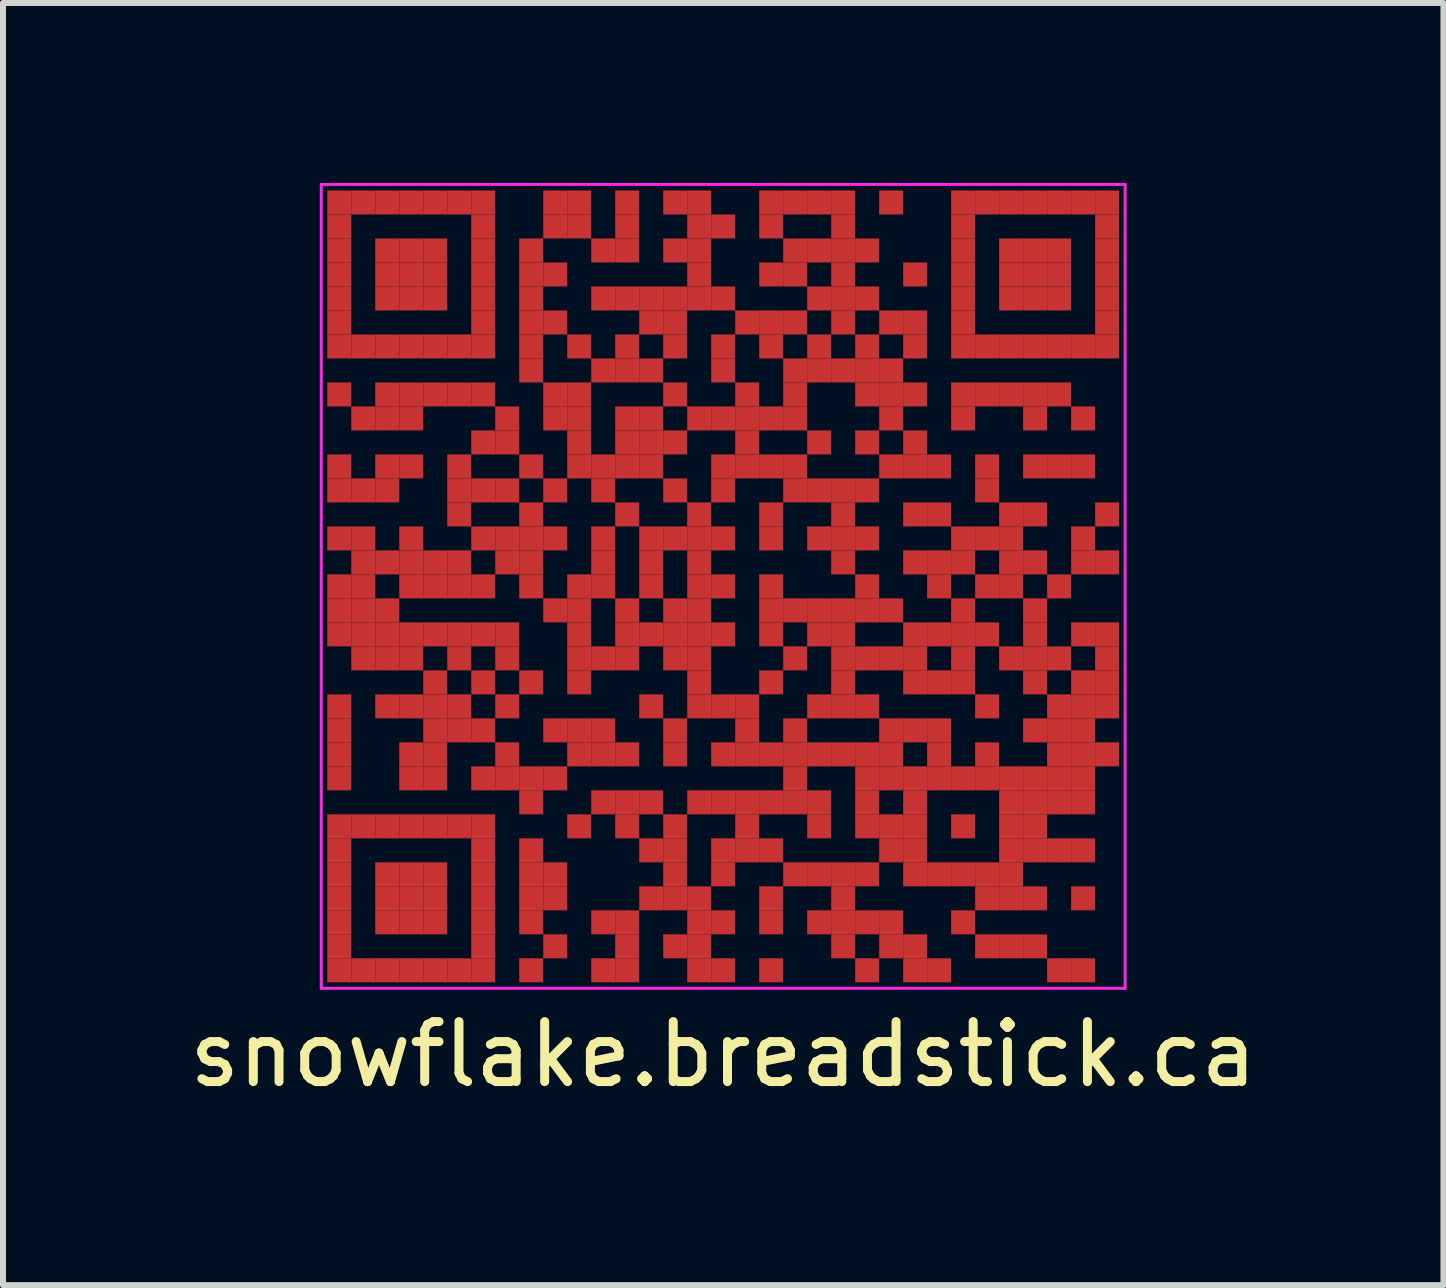
<source format=kicad_pcb>
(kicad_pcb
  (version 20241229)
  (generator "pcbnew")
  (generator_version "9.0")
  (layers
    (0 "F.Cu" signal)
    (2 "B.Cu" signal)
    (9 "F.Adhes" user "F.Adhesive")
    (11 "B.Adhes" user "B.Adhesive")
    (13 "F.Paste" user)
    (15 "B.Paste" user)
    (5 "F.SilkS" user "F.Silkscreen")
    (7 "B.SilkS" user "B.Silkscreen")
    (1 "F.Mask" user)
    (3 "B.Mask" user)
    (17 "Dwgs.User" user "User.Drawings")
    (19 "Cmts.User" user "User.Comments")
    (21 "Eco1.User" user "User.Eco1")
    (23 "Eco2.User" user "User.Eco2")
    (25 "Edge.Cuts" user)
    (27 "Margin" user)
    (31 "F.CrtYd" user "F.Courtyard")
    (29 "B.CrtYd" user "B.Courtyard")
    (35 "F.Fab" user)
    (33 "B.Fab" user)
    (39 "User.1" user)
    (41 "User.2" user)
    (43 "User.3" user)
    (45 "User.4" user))
  (footprint "snowflake.breadstick.ca"
    (layer "F.Cu")
    (at 9.006 6.725)
    (property "Reference" "snowflake.breadstick.ca" (at 0 7.8 0) (layer "F.SilkS") (effects (font (size 1 1) (thickness 0.15))))
    (attr through_hole)
    (fp_poly (pts (xy 6.65 6.65) (xy 6.65 -6.65) (xy -6.65 -6.65) (xy -6.65 6.65)) (stroke (width 0) (type solid)) (fill yes) (layer "F.Mask"))
    (fp_line (start -6.7 -6.7) (end 6.7 -6.7) (stroke (width 0.05) (type solid)) (layer "F.CrtYd"))
    (fp_line (start -6.7 6.7) (end -6.7 -6.7) (stroke (width 0.05) (type solid)) (layer "F.CrtYd"))
    (fp_line (start 6.7 -6.7) (end 6.7 6.7) (stroke (width 0.05) (type solid)) (layer "F.CrtYd"))
    (fp_line (start 6.7 6.7) (end -6.7 6.7) (stroke (width 0.05) (type solid)) (layer "F.CrtYd"))
    (pad "" smd rect (at -6.4 -6.4) (size 0.4 0.4) (layers "F.Cu"))
    (pad "" smd rect (at -6.4 -6) (size 0.4 0.4) (layers "F.Cu"))
    (pad "" smd rect (at -6.4 -5.6) (size 0.4 0.4) (layers "F.Cu"))
    (pad "" smd rect (at -6.4 -5.2) (size 0.4 0.4) (layers "F.Cu"))
    (pad "" smd rect (at -6.4 -4.8) (size 0.4 0.4) (layers "F.Cu"))
    (pad "" smd rect (at -6.4 -4.4) (size 0.4 0.4) (layers "F.Cu"))
    (pad "" smd rect (at -6.4 -4) (size 0.4 0.4) (layers "F.Cu"))
    (pad "" smd rect (at -6.4 -3.2) (size 0.4 0.4) (layers "F.Cu"))
    (pad "" smd rect (at -6.4 -2) (size 0.4 0.4) (layers "F.Cu"))
    (pad "" smd rect (at -6.4 -1.6) (size 0.4 0.4) (layers "F.Cu"))
    (pad "" smd rect (at -6.4 -0.8) (size 0.4 0.4) (layers "F.Cu"))
    (pad "" smd rect (at -6.4 0) (size 0.4 0.4) (layers "F.Cu"))
    (pad "" smd rect (at -6.4 0.4) (size 0.4 0.4) (layers "F.Cu"))
    (pad "" smd rect (at -6.4 0.8) (size 0.4 0.4) (layers "F.Cu"))
    (pad "" smd rect (at -6.4 2) (size 0.4 0.4) (layers "F.Cu"))
    (pad "" smd rect (at -6.4 2.4) (size 0.4 0.4) (layers "F.Cu"))
    (pad "" smd rect (at -6.4 2.8) (size 0.4 0.4) (layers "F.Cu"))
    (pad "" smd rect (at -6.4 3.2) (size 0.4 0.4) (layers "F.Cu"))
    (pad "" smd rect (at -6.4 4) (size 0.4 0.4) (layers "F.Cu"))
    (pad "" smd rect (at -6.4 4.4) (size 0.4 0.4) (layers "F.Cu"))
    (pad "" smd rect (at -6.4 4.8) (size 0.4 0.4) (layers "F.Cu"))
    (pad "" smd rect (at -6.4 5.2) (size 0.4 0.4) (layers "F.Cu"))
    (pad "" smd rect (at -6.4 5.6) (size 0.4 0.4) (layers "F.Cu"))
    (pad "" smd rect (at -6.4 6) (size 0.4 0.4) (layers "F.Cu"))
    (pad "" smd rect (at -6.4 6.4) (size 0.4 0.4) (layers "F.Cu"))
    (pad "" smd rect (at -6 -6.4) (size 0.4 0.4) (layers "F.Cu"))
    (pad "" smd rect (at -6 -4) (size 0.4 0.4) (layers "F.Cu"))
    (pad "" smd rect (at -6 -2.8) (size 0.4 0.4) (layers "F.Cu"))
    (pad "" smd rect (at -6 -1.6) (size 0.4 0.4) (layers "F.Cu"))
    (pad "" smd rect (at -6 -0.8) (size 0.4 0.4) (layers "F.Cu"))
    (pad "" smd rect (at -6 -0.4) (size 0.4 0.4) (layers "F.Cu"))
    (pad "" smd rect (at -6 0) (size 0.4 0.4) (layers "F.Cu"))
    (pad "" smd rect (at -6 0.4) (size 0.4 0.4) (layers "F.Cu"))
    (pad "" smd rect (at -6 0.8) (size 0.4 0.4) (layers "F.Cu"))
    (pad "" smd rect (at -6 1.2) (size 0.4 0.4) (layers "F.Cu"))
    (pad "" smd rect (at -6 4) (size 0.4 0.4) (layers "F.Cu"))
    (pad "" smd rect (at -6 6.4) (size 0.4 0.4) (layers "F.Cu"))
    (pad "" smd rect (at -5.6 -6.4) (size 0.4 0.4) (layers "F.Cu"))
    (pad "" smd rect (at -5.6 -5.6) (size 0.4 0.4) (layers "F.Cu"))
    (pad "" smd rect (at -5.6 -5.2) (size 0.4 0.4) (layers "F.Cu"))
    (pad "" smd rect (at -5.6 -4.8) (size 0.4 0.4) (layers "F.Cu"))
    (pad "" smd rect (at -5.6 -4) (size 0.4 0.4) (layers "F.Cu"))
    (pad "" smd rect (at -5.6 -3.2) (size 0.4 0.4) (layers "F.Cu"))
    (pad "" smd rect (at -5.6 -2.8) (size 0.4 0.4) (layers "F.Cu"))
    (pad "" smd rect (at -5.6 -2) (size 0.4 0.4) (layers "F.Cu"))
    (pad "" smd rect (at -5.6 -1.6) (size 0.4 0.4) (layers "F.Cu"))
    (pad "" smd rect (at -5.6 -0.4) (size 0.4 0.4) (layers "F.Cu"))
    (pad "" smd rect (at -5.6 0.4) (size 0.4 0.4) (layers "F.Cu"))
    (pad "" smd rect (at -5.6 0.8) (size 0.4 0.4) (layers "F.Cu"))
    (pad "" smd rect (at -5.6 1.2) (size 0.4 0.4) (layers "F.Cu"))
    (pad "" smd rect (at -5.6 2) (size 0.4 0.4) (layers "F.Cu"))
    (pad "" smd rect (at -5.6 4) (size 0.4 0.4) (layers "F.Cu"))
    (pad "" smd rect (at -5.6 4.8) (size 0.4 0.4) (layers "F.Cu"))
    (pad "" smd rect (at -5.6 5.2) (size 0.4 0.4) (layers "F.Cu"))
    (pad "" smd rect (at -5.6 5.6) (size 0.4 0.4) (layers "F.Cu"))
    (pad "" smd rect (at -5.6 6.4) (size 0.4 0.4) (layers "F.Cu"))
    (pad "" smd rect (at -5.2 -6.4) (size 0.4 0.4) (layers "F.Cu"))
    (pad "" smd rect (at -5.2 -5.6) (size 0.4 0.4) (layers "F.Cu"))
    (pad "" smd rect (at -5.2 -5.2) (size 0.4 0.4) (layers "F.Cu"))
    (pad "" smd rect (at -5.2 -4.8) (size 0.4 0.4) (layers "F.Cu"))
    (pad "" smd rect (at -5.2 -4) (size 0.4 0.4) (layers "F.Cu"))
    (pad "" smd rect (at -5.2 -3.2) (size 0.4 0.4) (layers "F.Cu"))
    (pad "" smd rect (at -5.2 -2.8) (size 0.4 0.4) (layers "F.Cu"))
    (pad "" smd rect (at -5.2 -2) (size 0.4 0.4) (layers "F.Cu"))
    (pad "" smd rect (at -5.2 -0.8) (size 0.4 0.4) (layers "F.Cu"))
    (pad "" smd rect (at -5.2 -0.4) (size 0.4 0.4) (layers "F.Cu"))
    (pad "" smd rect (at -5.2 0) (size 0.4 0.4) (layers "F.Cu"))
    (pad "" smd rect (at -5.2 0.8) (size 0.4 0.4) (layers "F.Cu"))
    (pad "" smd rect (at -5.2 1.2) (size 0.4 0.4) (layers "F.Cu"))
    (pad "" smd rect (at -5.2 2) (size 0.4 0.4) (layers "F.Cu"))
    (pad "" smd rect (at -5.2 2.8) (size 0.4 0.4) (layers "F.Cu"))
    (pad "" smd rect (at -5.2 3.2) (size 0.4 0.4) (layers "F.Cu"))
    (pad "" smd rect (at -5.2 4) (size 0.4 0.4) (layers "F.Cu"))
    (pad "" smd rect (at -5.2 4.8) (size 0.4 0.4) (layers "F.Cu"))
    (pad "" smd rect (at -5.2 5.2) (size 0.4 0.4) (layers "F.Cu"))
    (pad "" smd rect (at -5.2 5.6) (size 0.4 0.4) (layers "F.Cu"))
    (pad "" smd rect (at -5.2 6.4) (size 0.4 0.4) (layers "F.Cu"))
    (pad "" smd rect (at -4.8 -6.4) (size 0.4 0.4) (layers "F.Cu"))
    (pad "" smd rect (at -4.8 -5.6) (size 0.4 0.4) (layers "F.Cu"))
    (pad "" smd rect (at -4.8 -5.2) (size 0.4 0.4) (layers "F.Cu"))
    (pad "" smd rect (at -4.8 -4.8) (size 0.4 0.4) (layers "F.Cu"))
    (pad "" smd rect (at -4.8 -4) (size 0.4 0.4) (layers "F.Cu"))
    (pad "" smd rect (at -4.8 -3.2) (size 0.4 0.4) (layers "F.Cu"))
    (pad "" smd rect (at -4.8 -0.4) (size 0.4 0.4) (layers "F.Cu"))
    (pad "" smd rect (at -4.8 0) (size 0.4 0.4) (layers "F.Cu"))
    (pad "" smd rect (at -4.8 0.8) (size 0.4 0.4) (layers "F.Cu"))
    (pad "" smd rect (at -4.8 1.6) (size 0.4 0.4) (layers "F.Cu"))
    (pad "" smd rect (at -4.8 2) (size 0.4 0.4) (layers "F.Cu"))
    (pad "" smd rect (at -4.8 2.4) (size 0.4 0.4) (layers "F.Cu"))
    (pad "" smd rect (at -4.8 2.8) (size 0.4 0.4) (layers "F.Cu"))
    (pad "" smd rect (at -4.8 3.2) (size 0.4 0.4) (layers "F.Cu"))
    (pad "" smd rect (at -4.8 4) (size 0.4 0.4) (layers "F.Cu"))
    (pad "" smd rect (at -4.8 4.8) (size 0.4 0.4) (layers "F.Cu"))
    (pad "" smd rect (at -4.8 5.2) (size 0.4 0.4) (layers "F.Cu"))
    (pad "" smd rect (at -4.8 5.6) (size 0.4 0.4) (layers "F.Cu"))
    (pad "" smd rect (at -4.8 6.4) (size 0.4 0.4) (layers "F.Cu"))
    (pad "" smd rect (at -4.4 -6.4) (size 0.4 0.4) (layers "F.Cu"))
    (pad "" smd rect (at -4.4 -4) (size 0.4 0.4) (layers "F.Cu"))
    (pad "" smd rect (at -4.4 -3.2) (size 0.4 0.4) (layers "F.Cu"))
    (pad "" smd rect (at -4.4 -2) (size 0.4 0.4) (layers "F.Cu"))
    (pad "" smd rect (at -4.4 -1.6) (size 0.4 0.4) (layers "F.Cu"))
    (pad "" smd rect (at -4.4 -1.2) (size 0.4 0.4) (layers "F.Cu"))
    (pad "" smd rect (at -4.4 -0.4) (size 0.4 0.4) (layers "F.Cu"))
    (pad "" smd rect (at -4.4 0) (size 0.4 0.4) (layers "F.Cu"))
    (pad "" smd rect (at -4.4 0.8) (size 0.4 0.4) (layers "F.Cu"))
    (pad "" smd rect (at -4.4 1.2) (size 0.4 0.4) (layers "F.Cu"))
    (pad "" smd rect (at -4.4 2) (size 0.4 0.4) (layers "F.Cu"))
    (pad "" smd rect (at -4.4 2.4) (size 0.4 0.4) (layers "F.Cu"))
    (pad "" smd rect (at -4.4 4) (size 0.4 0.4) (layers "F.Cu"))
    (pad "" smd rect (at -4.4 6.4) (size 0.4 0.4) (layers "F.Cu"))
    (pad "" smd rect (at -4 -6.4) (size 0.4 0.4) (layers "F.Cu"))
    (pad "" smd rect (at -4 -6) (size 0.4 0.4) (layers "F.Cu"))
    (pad "" smd rect (at -4 -5.6) (size 0.4 0.4) (layers "F.Cu"))
    (pad "" smd rect (at -4 -5.2) (size 0.4 0.4) (layers "F.Cu"))
    (pad "" smd rect (at -4 -4.8) (size 0.4 0.4) (layers "F.Cu"))
    (pad "" smd rect (at -4 -4.4) (size 0.4 0.4) (layers "F.Cu"))
    (pad "" smd rect (at -4 -4) (size 0.4 0.4) (layers "F.Cu"))
    (pad "" smd rect (at -4 -3.2) (size 0.4 0.4) (layers "F.Cu"))
    (pad "" smd rect (at -4 -2.4) (size 0.4 0.4) (layers "F.Cu"))
    (pad "" smd rect (at -4 -1.6) (size 0.4 0.4) (layers "F.Cu"))
    (pad "" smd rect (at -4 -0.8) (size 0.4 0.4) (layers "F.Cu"))
    (pad "" smd rect (at -4 0) (size 0.4 0.4) (layers "F.Cu"))
    (pad "" smd rect (at -4 0.8) (size 0.4 0.4) (layers "F.Cu"))
    (pad "" smd rect (at -4 1.6) (size 0.4 0.4) (layers "F.Cu"))
    (pad "" smd rect (at -4 2.4) (size 0.4 0.4) (layers "F.Cu"))
    (pad "" smd rect (at -4 3.2) (size 0.4 0.4) (layers "F.Cu"))
    (pad "" smd rect (at -4 4) (size 0.4 0.4) (layers "F.Cu"))
    (pad "" smd rect (at -4 4.4) (size 0.4 0.4) (layers "F.Cu"))
    (pad "" smd rect (at -4 4.8) (size 0.4 0.4) (layers "F.Cu"))
    (pad "" smd rect (at -4 5.2) (size 0.4 0.4) (layers "F.Cu"))
    (pad "" smd rect (at -4 5.6) (size 0.4 0.4) (layers "F.Cu"))
    (pad "" smd rect (at -4 6) (size 0.4 0.4) (layers "F.Cu"))
    (pad "" smd rect (at -4 6.4) (size 0.4 0.4) (layers "F.Cu"))
    (pad "" smd rect (at -3.6 -2.8) (size 0.4 0.4) (layers "F.Cu"))
    (pad "" smd rect (at -3.6 -2.4) (size 0.4 0.4) (layers "F.Cu"))
    (pad "" smd rect (at -3.6 -1.6) (size 0.4 0.4) (layers "F.Cu"))
    (pad "" smd rect (at -3.6 -0.8) (size 0.4 0.4) (layers "F.Cu"))
    (pad "" smd rect (at -3.6 -0.4) (size 0.4 0.4) (layers "F.Cu"))
    (pad "" smd rect (at -3.6 0.8) (size 0.4 0.4) (layers "F.Cu"))
    (pad "" smd rect (at -3.6 1.2) (size 0.4 0.4) (layers "F.Cu"))
    (pad "" smd rect (at -3.6 2) (size 0.4 0.4) (layers "F.Cu"))
    (pad "" smd rect (at -3.6 2.8) (size 0.4 0.4) (layers "F.Cu"))
    (pad "" smd rect (at -3.6 3.2) (size 0.4 0.4) (layers "F.Cu"))
    (pad "" smd rect (at -3.2 -5.6) (size 0.4 0.4) (layers "F.Cu"))
    (pad "" smd rect (at -3.2 -5.2) (size 0.4 0.4) (layers "F.Cu"))
    (pad "" smd rect (at -3.2 -4.8) (size 0.4 0.4) (layers "F.Cu"))
    (pad "" smd rect (at -3.2 -4.4) (size 0.4 0.4) (layers "F.Cu"))
    (pad "" smd rect (at -3.2 -4) (size 0.4 0.4) (layers "F.Cu"))
    (pad "" smd rect (at -3.2 -3.6) (size 0.4 0.4) (layers "F.Cu"))
    (pad "" smd rect (at -3.2 -2) (size 0.4 0.4) (layers "F.Cu"))
    (pad "" smd rect (at -3.2 -1.2) (size 0.4 0.4) (layers "F.Cu"))
    (pad "" smd rect (at -3.2 -0.8) (size 0.4 0.4) (layers "F.Cu"))
    (pad "" smd rect (at -3.2 -0.4) (size 0.4 0.4) (layers "F.Cu"))
    (pad "" smd rect (at -3.2 0) (size 0.4 0.4) (layers "F.Cu"))
    (pad "" smd rect (at -3.2 1.6) (size 0.4 0.4) (layers "F.Cu"))
    (pad "" smd rect (at -3.2 3.2) (size 0.4 0.4) (layers "F.Cu"))
    (pad "" smd rect (at -3.2 3.6) (size 0.4 0.4) (layers "F.Cu"))
    (pad "" smd rect (at -3.2 4.4) (size 0.4 0.4) (layers "F.Cu"))
    (pad "" smd rect (at -3.2 4.8) (size 0.4 0.4) (layers "F.Cu"))
    (pad "" smd rect (at -3.2 5.2) (size 0.4 0.4) (layers "F.Cu"))
    (pad "" smd rect (at -3.2 5.6) (size 0.4 0.4) (layers "F.Cu"))
    (pad "" smd rect (at -3.2 6.4) (size 0.4 0.4) (layers "F.Cu"))
    (pad "" smd rect (at -2.8 -6.4) (size 0.4 0.4) (layers "F.Cu"))
    (pad "" smd rect (at -2.8 -6) (size 0.4 0.4) (layers "F.Cu"))
    (pad "" smd rect (at -2.8 -5.2) (size 0.4 0.4) (layers "F.Cu"))
    (pad "" smd rect (at -2.8 -4.4) (size 0.4 0.4) (layers "F.Cu"))
    (pad "" smd rect (at -2.8 -3.2) (size 0.4 0.4) (layers "F.Cu"))
    (pad "" smd rect (at -2.8 -2.8) (size 0.4 0.4) (layers "F.Cu"))
    (pad "" smd rect (at -2.8 -1.6) (size 0.4 0.4) (layers "F.Cu"))
    (pad "" smd rect (at -2.8 -0.8) (size 0.4 0.4) (layers "F.Cu"))
    (pad "" smd rect (at -2.8 0.4) (size 0.4 0.4) (layers "F.Cu"))
    (pad "" smd rect (at -2.8 2.4) (size 0.4 0.4) (layers "F.Cu"))
    (pad "" smd rect (at -2.8 3.2) (size 0.4 0.4) (layers "F.Cu"))
    (pad "" smd rect (at -2.8 4.8) (size 0.4 0.4) (layers "F.Cu"))
    (pad "" smd rect (at -2.8 5.2) (size 0.4 0.4) (layers "F.Cu"))
    (pad "" smd rect (at -2.8 6) (size 0.4 0.4) (layers "F.Cu"))
    (pad "" smd rect (at -2.4 -6.4) (size 0.4 0.4) (layers "F.Cu"))
    (pad "" smd rect (at -2.4 -6) (size 0.4 0.4) (layers "F.Cu"))
    (pad "" smd rect (at -2.4 -4) (size 0.4 0.4) (layers "F.Cu"))
    (pad "" smd rect (at -2.4 -3.2) (size 0.4 0.4) (layers "F.Cu"))
    (pad "" smd rect (at -2.4 -2.8) (size 0.4 0.4) (layers "F.Cu"))
    (pad "" smd rect (at -2.4 -2.4) (size 0.4 0.4) (layers "F.Cu"))
    (pad "" smd rect (at -2.4 -2) (size 0.4 0.4) (layers "F.Cu"))
    (pad "" smd rect (at -2.4 0) (size 0.4 0.4) (layers "F.Cu"))
    (pad "" smd rect (at -2.4 0.4) (size 0.4 0.4) (layers "F.Cu"))
    (pad "" smd rect (at -2.4 0.8) (size 0.4 0.4) (layers "F.Cu"))
    (pad "" smd rect (at -2.4 1.2) (size 0.4 0.4) (layers "F.Cu"))
    (pad "" smd rect (at -2.4 1.6) (size 0.4 0.4) (layers "F.Cu"))
    (pad "" smd rect (at -2.4 2.4) (size 0.4 0.4) (layers "F.Cu"))
    (pad "" smd rect (at -2.4 2.8) (size 0.4 0.4) (layers "F.Cu"))
    (pad "" smd rect (at -2.4 4) (size 0.4 0.4) (layers "F.Cu"))
    (pad "" smd rect (at -2 -5.6) (size 0.4 0.4) (layers "F.Cu"))
    (pad "" smd rect (at -2 -4.8) (size 0.4 0.4) (layers "F.Cu"))
    (pad "" smd rect (at -2 -3.6) (size 0.4 0.4) (layers "F.Cu"))
    (pad "" smd rect (at -2 -2) (size 0.4 0.4) (layers "F.Cu"))
    (pad "" smd rect (at -2 -1.6) (size 0.4 0.4) (layers "F.Cu"))
    (pad "" smd rect (at -2 -0.8) (size 0.4 0.4) (layers "F.Cu"))
    (pad "" smd rect (at -2 -0.4) (size 0.4 0.4) (layers "F.Cu"))
    (pad "" smd rect (at -2 0) (size 0.4 0.4) (layers "F.Cu"))
    (pad "" smd rect (at -2 1.2) (size 0.4 0.4) (layers "F.Cu"))
    (pad "" smd rect (at -2 2.4) (size 0.4 0.4) (layers "F.Cu"))
    (pad "" smd rect (at -2 2.8) (size 0.4 0.4) (layers "F.Cu"))
    (pad "" smd rect (at -2 3.6) (size 0.4 0.4) (layers "F.Cu"))
    (pad "" smd rect (at -2 5.6) (size 0.4 0.4) (layers "F.Cu"))
    (pad "" smd rect (at -2 6.4) (size 0.4 0.4) (layers "F.Cu"))
    (pad "" smd rect (at -1.6 -6.4) (size 0.4 0.4) (layers "F.Cu"))
    (pad "" smd rect (at -1.6 -6) (size 0.4 0.4) (layers "F.Cu"))
    (pad "" smd rect (at -1.6 -5.6) (size 0.4 0.4) (layers "F.Cu"))
    (pad "" smd rect (at -1.6 -4.8) (size 0.4 0.4) (layers "F.Cu"))
    (pad "" smd rect (at -1.6 -4) (size 0.4 0.4) (layers "F.Cu"))
    (pad "" smd rect (at -1.6 -3.6) (size 0.4 0.4) (layers "F.Cu"))
    (pad "" smd rect (at -1.6 -2.8) (size 0.4 0.4) (layers "F.Cu"))
    (pad "" smd rect (at -1.6 -2.4) (size 0.4 0.4) (layers "F.Cu"))
    (pad "" smd rect (at -1.6 -2) (size 0.4 0.4) (layers "F.Cu"))
    (pad "" smd rect (at -1.6 -1.2) (size 0.4 0.4) (layers "F.Cu"))
    (pad "" smd rect (at -1.6 0.4) (size 0.4 0.4) (layers "F.Cu"))
    (pad "" smd rect (at -1.6 0.8) (size 0.4 0.4) (layers "F.Cu"))
    (pad "" smd rect (at -1.6 1.2) (size 0.4 0.4) (layers "F.Cu"))
    (pad "" smd rect (at -1.6 2.8) (size 0.4 0.4) (layers "F.Cu"))
    (pad "" smd rect (at -1.6 3.6) (size 0.4 0.4) (layers "F.Cu"))
    (pad "" smd rect (at -1.6 4) (size 0.4 0.4) (layers "F.Cu"))
    (pad "" smd rect (at -1.6 5.6) (size 0.4 0.4) (layers "F.Cu"))
    (pad "" smd rect (at -1.6 6) (size 0.4 0.4) (layers "F.Cu"))
    (pad "" smd rect (at -1.6 6.4) (size 0.4 0.4) (layers "F.Cu"))
    (pad "" smd rect (at -1.2 -4.8) (size 0.4 0.4) (layers "F.Cu"))
    (pad "" smd rect (at -1.2 -4.4) (size 0.4 0.4) (layers "F.Cu"))
    (pad "" smd rect (at -1.2 -3.6) (size 0.4 0.4) (layers "F.Cu"))
    (pad "" smd rect (at -1.2 -2.8) (size 0.4 0.4) (layers "F.Cu"))
    (pad "" smd rect (at -1.2 -2.4) (size 0.4 0.4) (layers "F.Cu"))
    (pad "" smd rect (at -1.2 -2) (size 0.4 0.4) (layers "F.Cu"))
    (pad "" smd rect (at -1.2 -0.8) (size 0.4 0.4) (layers "F.Cu"))
    (pad "" smd rect (at -1.2 -0.4) (size 0.4 0.4) (layers "F.Cu"))
    (pad "" smd rect (at -1.2 0) (size 0.4 0.4) (layers "F.Cu"))
    (pad "" smd rect (at -1.2 0.8) (size 0.4 0.4) (layers "F.Cu"))
    (pad "" smd rect (at -1.2 2) (size 0.4 0.4) (layers "F.Cu"))
    (pad "" smd rect (at -1.2 3.6) (size 0.4 0.4) (layers "F.Cu"))
    (pad "" smd rect (at -1.2 4.4) (size 0.4 0.4) (layers "F.Cu"))
    (pad "" smd rect (at -1.2 5.2) (size 0.4 0.4) (layers "F.Cu"))
    (pad "" smd rect (at -0.8 -6.4) (size 0.4 0.4) (layers "F.Cu"))
    (pad "" smd rect (at -0.8 -5.6) (size 0.4 0.4) (layers "F.Cu"))
    (pad "" smd rect (at -0.8 -4.8) (size 0.4 0.4) (layers "F.Cu"))
    (pad "" smd rect (at -0.8 -4.4) (size 0.4 0.4) (layers "F.Cu"))
    (pad "" smd rect (at -0.8 -4) (size 0.4 0.4) (layers "F.Cu"))
    (pad "" smd rect (at -0.8 -3.2) (size 0.4 0.4) (layers "F.Cu"))
    (pad "" smd rect (at -0.8 -2.4) (size 0.4 0.4) (layers "F.Cu"))
    (pad "" smd rect (at -0.8 -1.6) (size 0.4 0.4) (layers "F.Cu"))
    (pad "" smd rect (at -0.8 -0.8) (size 0.4 0.4) (layers "F.Cu"))
    (pad "" smd rect (at -0.8 0.4) (size 0.4 0.4) (layers "F.Cu"))
    (pad "" smd rect (at -0.8 0.8) (size 0.4 0.4) (layers "F.Cu"))
    (pad "" smd rect (at -0.8 1.2) (size 0.4 0.4) (layers "F.Cu"))
    (pad "" smd rect (at -0.8 2.4) (size 0.4 0.4) (layers "F.Cu"))
    (pad "" smd rect (at -0.8 2.8) (size 0.4 0.4) (layers "F.Cu"))
    (pad "" smd rect (at -0.8 4) (size 0.4 0.4) (layers "F.Cu"))
    (pad "" smd rect (at -0.8 4.4) (size 0.4 0.4) (layers "F.Cu"))
    (pad "" smd rect (at -0.8 4.8) (size 0.4 0.4) (layers "F.Cu"))
    (pad "" smd rect (at -0.8 5.2) (size 0.4 0.4) (layers "F.Cu"))
    (pad "" smd rect (at -0.8 6) (size 0.4 0.4) (layers "F.Cu"))
    (pad "" smd rect (at -0.4 -6.4) (size 0.4 0.4) (layers "F.Cu"))
    (pad "" smd rect (at -0.4 -6) (size 0.4 0.4) (layers "F.Cu"))
    (pad "" smd rect (at -0.4 -5.6) (size 0.4 0.4) (layers "F.Cu"))
    (pad "" smd rect (at -0.4 -5.2) (size 0.4 0.4) (layers "F.Cu"))
    (pad "" smd rect (at -0.4 -4.8) (size 0.4 0.4) (layers "F.Cu"))
    (pad "" smd rect (at -0.4 -2.8) (size 0.4 0.4) (layers "F.Cu"))
    (pad "" smd rect (at -0.4 -1.2) (size 0.4 0.4) (layers "F.Cu"))
    (pad "" smd rect (at -0.4 -0.8) (size 0.4 0.4) (layers "F.Cu"))
    (pad "" smd rect (at -0.4 -0.4) (size 0.4 0.4) (layers "F.Cu"))
    (pad "" smd rect (at -0.4 0) (size 0.4 0.4) (layers "F.Cu"))
    (pad "" smd rect (at -0.4 0.4) (size 0.4 0.4) (layers "F.Cu"))
    (pad "" smd rect (at -0.4 0.8) (size 0.4 0.4) (layers "F.Cu"))
    (pad "" smd rect (at -0.4 1.2) (size 0.4 0.4) (layers "F.Cu"))
    (pad "" smd rect (at -0.4 1.6) (size 0.4 0.4) (layers "F.Cu"))
    (pad "" smd rect (at -0.4 2) (size 0.4 0.4) (layers "F.Cu"))
    (pad "" smd rect (at -0.4 3.6) (size 0.4 0.4) (layers "F.Cu"))
    (pad "" smd rect (at -0.4 5.2) (size 0.4 0.4) (layers "F.Cu"))
    (pad "" smd rect (at -0.4 5.6) (size 0.4 0.4) (layers "F.Cu"))
    (pad "" smd rect (at -0.4 6) (size 0.4 0.4) (layers "F.Cu"))
    (pad "" smd rect (at -0.4 6.4) (size 0.4 0.4) (layers "F.Cu"))
    (pad "" smd rect (at 0 -6) (size 0.4 0.4) (layers "F.Cu"))
    (pad "" smd rect (at 0 -4.8) (size 0.4 0.4) (layers "F.Cu"))
    (pad "" smd rect (at 0 -4) (size 0.4 0.4) (layers "F.Cu"))
    (pad "" smd rect (at 0 -3.6) (size 0.4 0.4) (layers "F.Cu"))
    (pad "" smd rect (at 0 -2.8) (size 0.4 0.4) (layers "F.Cu"))
    (pad "" smd rect (at 0 -2) (size 0.4 0.4) (layers "F.Cu"))
    (pad "" smd rect (at 0 -1.6) (size 0.4 0.4) (layers "F.Cu"))
    (pad "" smd rect (at 0 -0.8) (size 0.4 0.4) (layers "F.Cu"))
    (pad "" smd rect (at 0 0) (size 0.4 0.4) (layers "F.Cu"))
    (pad "" smd rect (at 0 0.8) (size 0.4 0.4) (layers "F.Cu"))
    (pad "" smd rect (at 0 2) (size 0.4 0.4) (layers "F.Cu"))
    (pad "" smd rect (at 0 2.8) (size 0.4 0.4) (layers "F.Cu"))
    (pad "" smd rect (at 0 3.6) (size 0.4 0.4) (layers "F.Cu"))
    (pad "" smd rect (at 0 4.4) (size 0.4 0.4) (layers "F.Cu"))
    (pad "" smd rect (at 0 4.8) (size 0.4 0.4) (layers "F.Cu"))
    (pad "" smd rect (at 0 5.6) (size 0.4 0.4) (layers "F.Cu"))
    (pad "" smd rect (at 0 6.4) (size 0.4 0.4) (layers "F.Cu"))
    (pad "" smd rect (at 0.4 -4.4) (size 0.4 0.4) (layers "F.Cu"))
    (pad "" smd rect (at 0.4 -3.2) (size 0.4 0.4) (layers "F.Cu"))
    (pad "" smd rect (at 0.4 -2.8) (size 0.4 0.4) (layers "F.Cu"))
    (pad "" smd rect (at 0.4 -2.4) (size 0.4 0.4) (layers "F.Cu"))
    (pad "" smd rect (at 0.4 -2) (size 0.4 0.4) (layers "F.Cu"))
    (pad "" smd rect (at 0.4 2) (size 0.4 0.4) (layers "F.Cu"))
    (pad "" smd rect (at 0.4 2.4) (size 0.4 0.4) (layers "F.Cu"))
    (pad "" smd rect (at 0.4 2.8) (size 0.4 0.4) (layers "F.Cu"))
    (pad "" smd rect (at 0.4 3.6) (size 0.4 0.4) (layers "F.Cu"))
    (pad "" smd rect (at 0.4 4) (size 0.4 0.4) (layers "F.Cu"))
    (pad "" smd rect (at 0.4 4.4) (size 0.4 0.4) (layers "F.Cu"))
    (pad "" smd rect (at 0.8 -6.4) (size 0.4 0.4) (layers "F.Cu"))
    (pad "" smd rect (at 0.8 -6) (size 0.4 0.4) (layers "F.Cu"))
    (pad "" smd rect (at 0.8 -5.2) (size 0.4 0.4) (layers "F.Cu"))
    (pad "" smd rect (at 0.8 -4.4) (size 0.4 0.4) (layers "F.Cu"))
    (pad "" smd rect (at 0.8 -4) (size 0.4 0.4) (layers "F.Cu"))
    (pad "" smd rect (at 0.8 -2.8) (size 0.4 0.4) (layers "F.Cu"))
    (pad "" smd rect (at 0.8 -2) (size 0.4 0.4) (layers "F.Cu"))
    (pad "" smd rect (at 0.8 -1.2) (size 0.4 0.4) (layers "F.Cu"))
    (pad "" smd rect (at 0.8 -0.8) (size 0.4 0.4) (layers "F.Cu"))
    (pad "" smd rect (at 0.8 0) (size 0.4 0.4) (layers "F.Cu"))
    (pad "" smd rect (at 0.8 0.4) (size 0.4 0.4) (layers "F.Cu"))
    (pad "" smd rect (at 0.8 0.8) (size 0.4 0.4) (layers "F.Cu"))
    (pad "" smd rect (at 0.8 1.6) (size 0.4 0.4) (layers "F.Cu"))
    (pad "" smd rect (at 0.8 2.8) (size 0.4 0.4) (layers "F.Cu"))
    (pad "" smd rect (at 0.8 3.6) (size 0.4 0.4) (layers "F.Cu"))
    (pad "" smd rect (at 0.8 4.4) (size 0.4 0.4) (layers "F.Cu"))
    (pad "" smd rect (at 0.8 5.2) (size 0.4 0.4) (layers "F.Cu"))
    (pad "" smd rect (at 0.8 5.6) (size 0.4 0.4) (layers "F.Cu"))
    (pad "" smd rect (at 0.8 6.4) (size 0.4 0.4) (layers "F.Cu"))
    (pad "" smd rect (at 1.2 -6.4) (size 0.4 0.4) (layers "F.Cu"))
    (pad "" smd rect (at 1.2 -5.6) (size 0.4 0.4) (layers "F.Cu"))
    (pad "" smd rect (at 1.2 -5.2) (size 0.4 0.4) (layers "F.Cu"))
    (pad "" smd rect (at 1.2 -4.4) (size 0.4 0.4) (layers "F.Cu"))
    (pad "" smd rect (at 1.2 -3.6) (size 0.4 0.4) (layers "F.Cu"))
    (pad "" smd rect (at 1.2 -3.2) (size 0.4 0.4) (layers "F.Cu"))
    (pad "" smd rect (at 1.2 -2.8) (size 0.4 0.4) (layers "F.Cu"))
    (pad "" smd rect (at 1.2 -2) (size 0.4 0.4) (layers "F.Cu"))
    (pad "" smd rect (at 1.2 -1.6) (size 0.4 0.4) (layers "F.Cu"))
    (pad "" smd rect (at 1.2 0.4) (size 0.4 0.4) (layers "F.Cu"))
    (pad "" smd rect (at 1.2 1.2) (size 0.4 0.4) (layers "F.Cu"))
    (pad "" smd rect (at 1.2 2.4) (size 0.4 0.4) (layers "F.Cu"))
    (pad "" smd rect (at 1.2 2.8) (size 0.4 0.4) (layers "F.Cu"))
    (pad "" smd rect (at 1.2 3.2) (size 0.4 0.4) (layers "F.Cu"))
    (pad "" smd rect (at 1.2 3.6) (size 0.4 0.4) (layers "F.Cu"))
    (pad "" smd rect (at 1.2 4.8) (size 0.4 0.4) (layers "F.Cu"))
    (pad "" smd rect (at 1.6 -6.4) (size 0.4 0.4) (layers "F.Cu"))
    (pad "" smd rect (at 1.6 -5.6) (size 0.4 0.4) (layers "F.Cu"))
    (pad "" smd rect (at 1.6 -4.8) (size 0.4 0.4) (layers "F.Cu"))
    (pad "" smd rect (at 1.6 -4) (size 0.4 0.4) (layers "F.Cu"))
    (pad "" smd rect (at 1.6 -3.6) (size 0.4 0.4) (layers "F.Cu"))
    (pad "" smd rect (at 1.6 -2.4) (size 0.4 0.4) (layers "F.Cu"))
    (pad "" smd rect (at 1.6 -1.6) (size 0.4 0.4) (layers "F.Cu"))
    (pad "" smd rect (at 1.6 -0.8) (size 0.4 0.4) (layers "F.Cu"))
    (pad "" smd rect (at 1.6 0.4) (size 0.4 0.4) (layers "F.Cu"))
    (pad "" smd rect (at 1.6 0.8) (size 0.4 0.4) (layers "F.Cu"))
    (pad "" smd rect (at 1.6 2) (size 0.4 0.4) (layers "F.Cu"))
    (pad "" smd rect (at 1.6 2.8) (size 0.4 0.4) (layers "F.Cu"))
    (pad "" smd rect (at 1.6 3.6) (size 0.4 0.4) (layers "F.Cu"))
    (pad "" smd rect (at 1.6 4) (size 0.4 0.4) (layers "F.Cu"))
    (pad "" smd rect (at 1.6 4.8) (size 0.4 0.4) (layers "F.Cu"))
    (pad "" smd rect (at 1.6 5.6) (size 0.4 0.4) (layers "F.Cu"))
    (pad "" smd rect (at 2 -6.4) (size 0.4 0.4) (layers "F.Cu"))
    (pad "" smd rect (at 2 -6) (size 0.4 0.4) (layers "F.Cu"))
    (pad "" smd rect (at 2 -5.6) (size 0.4 0.4) (layers "F.Cu"))
    (pad "" smd rect (at 2 -5.2) (size 0.4 0.4) (layers "F.Cu"))
    (pad "" smd rect (at 2 -4.8) (size 0.4 0.4) (layers "F.Cu"))
    (pad "" smd rect (at 2 -4.4) (size 0.4 0.4) (layers "F.Cu"))
    (pad "" smd rect (at 2 -3.6) (size 0.4 0.4) (layers "F.Cu"))
    (pad "" smd rect (at 2 -1.6) (size 0.4 0.4) (layers "F.Cu"))
    (pad "" smd rect (at 2 -1.2) (size 0.4 0.4) (layers "F.Cu"))
    (pad "" smd rect (at 2 -0.8) (size 0.4 0.4) (layers "F.Cu"))
    (pad "" smd rect (at 2 -0.4) (size 0.4 0.4) (layers "F.Cu"))
    (pad "" smd rect (at 2 0.4) (size 0.4 0.4) (layers "F.Cu"))
    (pad "" smd rect (at 2 0.8) (size 0.4 0.4) (layers "F.Cu"))
    (pad "" smd rect (at 2 1.2) (size 0.4 0.4) (layers "F.Cu"))
    (pad "" smd rect (at 2 1.6) (size 0.4 0.4) (layers "F.Cu"))
    (pad "" smd rect (at 2 2) (size 0.4 0.4) (layers "F.Cu"))
    (pad "" smd rect (at 2 2.8) (size 0.4 0.4) (layers "F.Cu"))
    (pad "" smd rect (at 2 4.8) (size 0.4 0.4) (layers "F.Cu"))
    (pad "" smd rect (at 2 5.2) (size 0.4 0.4) (layers "F.Cu"))
    (pad "" smd rect (at 2 5.6) (size 0.4 0.4) (layers "F.Cu"))
    (pad "" smd rect (at 2 6) (size 0.4 0.4) (layers "F.Cu"))
    (pad "" smd rect (at 2.4 -5.6) (size 0.4 0.4) (layers "F.Cu"))
    (pad "" smd rect (at 2.4 -4.8) (size 0.4 0.4) (layers "F.Cu"))
    (pad "" smd rect (at 2.4 -4) (size 0.4 0.4) (layers "F.Cu"))
    (pad "" smd rect (at 2.4 -3.6) (size 0.4 0.4) (layers "F.Cu"))
    (pad "" smd rect (at 2.4 -3.2) (size 0.4 0.4) (layers "F.Cu"))
    (pad "" smd rect (at 2.4 -2.4) (size 0.4 0.4) (layers "F.Cu"))
    (pad "" smd rect (at 2.4 -1.6) (size 0.4 0.4) (layers "F.Cu"))
    (pad "" smd rect (at 2.4 -0.8) (size 0.4 0.4) (layers "F.Cu"))
    (pad "" smd rect (at 2.4 0) (size 0.4 0.4) (layers "F.Cu"))
    (pad "" smd rect (at 2.4 0.4) (size 0.4 0.4) (layers "F.Cu"))
    (pad "" smd rect (at 2.4 1.2) (size 0.4 0.4) (layers "F.Cu"))
    (pad "" smd rect (at 2.4 2) (size 0.4 0.4) (layers "F.Cu"))
    (pad "" smd rect (at 2.4 2.8) (size 0.4 0.4) (layers "F.Cu"))
    (pad "" smd rect (at 2.4 3.2) (size 0.4 0.4) (layers "F.Cu"))
    (pad "" smd rect (at 2.4 3.6) (size 0.4 0.4) (layers "F.Cu"))
    (pad "" smd rect (at 2.4 4) (size 0.4 0.4) (layers "F.Cu"))
    (pad "" smd rect (at 2.4 4.8) (size 0.4 0.4) (layers "F.Cu"))
    (pad "" smd rect (at 2.4 5.6) (size 0.4 0.4) (layers "F.Cu"))
    (pad "" smd rect (at 2.4 6.4) (size 0.4 0.4) (layers "F.Cu"))
    (pad "" smd rect (at 2.8 -6.4) (size 0.4 0.4) (layers "F.Cu"))
    (pad "" smd rect (at 2.8 -4.4) (size 0.4 0.4) (layers "F.Cu"))
    (pad "" smd rect (at 2.8 -3.6) (size 0.4 0.4) (layers "F.Cu"))
    (pad "" smd rect (at 2.8 -3.2) (size 0.4 0.4) (layers "F.Cu"))
    (pad "" smd rect (at 2.8 -2.8) (size 0.4 0.4) (layers "F.Cu"))
    (pad "" smd rect (at 2.8 -2) (size 0.4 0.4) (layers "F.Cu"))
    (pad "" smd rect (at 2.8 0.4) (size 0.4 0.4) (layers "F.Cu"))
    (pad "" smd rect (at 2.8 1.2) (size 0.4 0.4) (layers "F.Cu"))
    (pad "" smd rect (at 2.8 2.4) (size 0.4 0.4) (layers "F.Cu"))
    (pad "" smd rect (at 2.8 2.8) (size 0.4 0.4) (layers "F.Cu"))
    (pad "" smd rect (at 2.8 3.2) (size 0.4 0.4) (layers "F.Cu"))
    (pad "" smd rect (at 2.8 4) (size 0.4 0.4) (layers "F.Cu"))
    (pad "" smd rect (at 2.8 4.4) (size 0.4 0.4) (layers "F.Cu"))
    (pad "" smd rect (at 2.8 5.6) (size 0.4 0.4) (layers "F.Cu"))
    (pad "" smd rect (at 2.8 6) (size 0.4 0.4) (layers "F.Cu"))
    (pad "" smd rect (at 3.2 -5.2) (size 0.4 0.4) (layers "F.Cu"))
    (pad "" smd rect (at 3.2 -4.4) (size 0.4 0.4) (layers "F.Cu"))
    (pad "" smd rect (at 3.2 -4) (size 0.4 0.4) (layers "F.Cu"))
    (pad "" smd rect (at 3.2 -3.2) (size 0.4 0.4) (layers "F.Cu"))
    (pad "" smd rect (at 3.2 -2.4) (size 0.4 0.4) (layers "F.Cu"))
    (pad "" smd rect (at 3.2 -2) (size 0.4 0.4) (layers "F.Cu"))
    (pad "" smd rect (at 3.2 -1.2) (size 0.4 0.4) (layers "F.Cu"))
    (pad "" smd rect (at 3.2 -0.4) (size 0.4 0.4) (layers "F.Cu"))
    (pad "" smd rect (at 3.2 0.8) (size 0.4 0.4) (layers "F.Cu"))
    (pad "" smd rect (at 3.2 1.2) (size 0.4 0.4) (layers "F.Cu"))
    (pad "" smd rect (at 3.2 1.6) (size 0.4 0.4) (layers "F.Cu"))
    (pad "" smd rect (at 3.2 2.4) (size 0.4 0.4) (layers "F.Cu"))
    (pad "" smd rect (at 3.2 3.2) (size 0.4 0.4) (layers "F.Cu"))
    (pad "" smd rect (at 3.2 3.6) (size 0.4 0.4) (layers "F.Cu"))
    (pad "" smd rect (at 3.2 4) (size 0.4 0.4) (layers "F.Cu"))
    (pad "" smd rect (at 3.2 4.4) (size 0.4 0.4) (layers "F.Cu"))
    (pad "" smd rect (at 3.2 4.8) (size 0.4 0.4) (layers "F.Cu"))
    (pad "" smd rect (at 3.2 6) (size 0.4 0.4) (layers "F.Cu"))
    (pad "" smd rect (at 3.2 6.4) (size 0.4 0.4) (layers "F.Cu"))
    (pad "" smd rect (at 3.6 -2) (size 0.4 0.4) (layers "F.Cu"))
    (pad "" smd rect (at 3.6 -1.2) (size 0.4 0.4) (layers "F.Cu"))
    (pad "" smd rect (at 3.6 -0.4) (size 0.4 0.4) (layers "F.Cu"))
    (pad "" smd rect (at 3.6 0) (size 0.4 0.4) (layers "F.Cu"))
    (pad "" smd rect (at 3.6 0.8) (size 0.4 0.4) (layers "F.Cu"))
    (pad "" smd rect (at 3.6 1.6) (size 0.4 0.4) (layers "F.Cu"))
    (pad "" smd rect (at 3.6 2.4) (size 0.4 0.4) (layers "F.Cu"))
    (pad "" smd rect (at 3.6 2.8) (size 0.4 0.4) (layers "F.Cu"))
    (pad "" smd rect (at 3.6 3.2) (size 0.4 0.4) (layers "F.Cu"))
    (pad "" smd rect (at 3.6 4.8) (size 0.4 0.4) (layers "F.Cu"))
    (pad "" smd rect (at 3.6 6.4) (size 0.4 0.4) (layers "F.Cu"))
    (pad "" smd rect (at 4 -6.4) (size 0.4 0.4) (layers "F.Cu"))
    (pad "" smd rect (at 4 -6) (size 0.4 0.4) (layers "F.Cu"))
    (pad "" smd rect (at 4 -5.6) (size 0.4 0.4) (layers "F.Cu"))
    (pad "" smd rect (at 4 -5.2) (size 0.4 0.4) (layers "F.Cu"))
    (pad "" smd rect (at 4 -4.8) (size 0.4 0.4) (layers "F.Cu"))
    (pad "" smd rect (at 4 -4.4) (size 0.4 0.4) (layers "F.Cu"))
    (pad "" smd rect (at 4 -4) (size 0.4 0.4) (layers "F.Cu"))
    (pad "" smd rect (at 4 -3.2) (size 0.4 0.4) (layers "F.Cu"))
    (pad "" smd rect (at 4 -2.8) (size 0.4 0.4) (layers "F.Cu"))
    (pad "" smd rect (at 4 -0.8) (size 0.4 0.4) (layers "F.Cu"))
    (pad "" smd rect (at 4 -0.4) (size 0.4 0.4) (layers "F.Cu"))
    (pad "" smd rect (at 4 0.4) (size 0.4 0.4) (layers "F.Cu"))
    (pad "" smd rect (at 4 0.8) (size 0.4 0.4) (layers "F.Cu"))
    (pad "" smd rect (at 4 1.2) (size 0.4 0.4) (layers "F.Cu"))
    (pad "" smd rect (at 4 1.6) (size 0.4 0.4) (layers "F.Cu"))
    (pad "" smd rect (at 4 3.2) (size 0.4 0.4) (layers "F.Cu"))
    (pad "" smd rect (at 4 4) (size 0.4 0.4) (layers "F.Cu"))
    (pad "" smd rect (at 4 4.8) (size 0.4 0.4) (layers "F.Cu"))
    (pad "" smd rect (at 4 5.6) (size 0.4 0.4) (layers "F.Cu"))
    (pad "" smd rect (at 4.4 -6.4) (size 0.4 0.4) (layers "F.Cu"))
    (pad "" smd rect (at 4.4 -4) (size 0.4 0.4) (layers "F.Cu"))
    (pad "" smd rect (at 4.4 -3.2) (size 0.4 0.4) (layers "F.Cu"))
    (pad "" smd rect (at 4.4 -2) (size 0.4 0.4) (layers "F.Cu"))
    (pad "" smd rect (at 4.4 -1.6) (size 0.4 0.4) (layers "F.Cu"))
    (pad "" smd rect (at 4.4 -0.8) (size 0.4 0.4) (layers "F.Cu"))
    (pad "" smd rect (at 4.4 0) (size 0.4 0.4) (layers "F.Cu"))
    (pad "" smd rect (at 4.4 0.8) (size 0.4 0.4) (layers "F.Cu"))
    (pad "" smd rect (at 4.4 2) (size 0.4 0.4) (layers "F.Cu"))
    (pad "" smd rect (at 4.4 2.8) (size 0.4 0.4) (layers "F.Cu"))
    (pad "" smd rect (at 4.4 3.2) (size 0.4 0.4) (layers "F.Cu"))
    (pad "" smd rect (at 4.4 4.8) (size 0.4 0.4) (layers "F.Cu"))
    (pad "" smd rect (at 4.4 5.2) (size 0.4 0.4) (layers "F.Cu"))
    (pad "" smd rect (at 4.4 6) (size 0.4 0.4) (layers "F.Cu"))
    (pad "" smd rect (at 4.8 -6.4) (size 0.4 0.4) (layers "F.Cu"))
    (pad "" smd rect (at 4.8 -5.6) (size 0.4 0.4) (layers "F.Cu"))
    (pad "" smd rect (at 4.8 -5.2) (size 0.4 0.4) (layers "F.Cu"))
    (pad "" smd rect (at 4.8 -4.8) (size 0.4 0.4) (layers "F.Cu"))
    (pad "" smd rect (at 4.8 -4) (size 0.4 0.4) (layers "F.Cu"))
    (pad "" smd rect (at 4.8 -3.2) (size 0.4 0.4) (layers "F.Cu"))
    (pad "" smd rect (at 4.8 -1.2) (size 0.4 0.4) (layers "F.Cu"))
    (pad "" smd rect (at 4.8 -0.8) (size 0.4 0.4) (layers "F.Cu"))
    (pad "" smd rect (at 4.8 -0.4) (size 0.4 0.4) (layers "F.Cu"))
    (pad "" smd rect (at 4.8 0) (size 0.4 0.4) (layers "F.Cu"))
    (pad "" smd rect (at 4.8 1.2) (size 0.4 0.4) (layers "F.Cu"))
    (pad "" smd rect (at 4.8 3.2) (size 0.4 0.4) (layers "F.Cu"))
    (pad "" smd rect (at 4.8 3.6) (size 0.4 0.4) (layers "F.Cu"))
    (pad "" smd rect (at 4.8 4) (size 0.4 0.4) (layers "F.Cu"))
    (pad "" smd rect (at 4.8 4.4) (size 0.4 0.4) (layers "F.Cu"))
    (pad "" smd rect (at 4.8 4.8) (size 0.4 0.4) (layers "F.Cu"))
    (pad "" smd rect (at 4.8 5.2) (size 0.4 0.4) (layers "F.Cu"))
    (pad "" smd rect (at 4.8 6) (size 0.4 0.4) (layers "F.Cu"))
    (pad "" smd rect (at 5.2 -6.4) (size 0.4 0.4) (layers "F.Cu"))
    (pad "" smd rect (at 5.2 -5.6) (size 0.4 0.4) (layers "F.Cu"))
    (pad "" smd rect (at 5.2 -5.2) (size 0.4 0.4) (layers "F.Cu"))
    (pad "" smd rect (at 5.2 -4.8) (size 0.4 0.4) (layers "F.Cu"))
    (pad "" smd rect (at 5.2 -4) (size 0.4 0.4) (layers "F.Cu"))
    (pad "" smd rect (at 5.2 -3.2) (size 0.4 0.4) (layers "F.Cu"))
    (pad "" smd rect (at 5.2 -2.8) (size 0.4 0.4) (layers "F.Cu"))
    (pad "" smd rect (at 5.2 -2) (size 0.4 0.4) (layers "F.Cu"))
    (pad "" smd rect (at 5.2 -1.2) (size 0.4 0.4) (layers "F.Cu"))
    (pad "" smd rect (at 5.2 -0.4) (size 0.4 0.4) (layers "F.Cu"))
    (pad "" smd rect (at 5.2 0.4) (size 0.4 0.4) (layers "F.Cu"))
    (pad "" smd rect (at 5.2 0.8) (size 0.4 0.4) (layers "F.Cu"))
    (pad "" smd rect (at 5.2 1.2) (size 0.4 0.4) (layers "F.Cu"))
    (pad "" smd rect (at 5.2 1.6) (size 0.4 0.4) (layers "F.Cu"))
    (pad "" smd rect (at 5.2 2.4) (size 0.4 0.4) (layers "F.Cu"))
    (pad "" smd rect (at 5.2 3.2) (size 0.4 0.4) (layers "F.Cu"))
    (pad "" smd rect (at 5.2 3.6) (size 0.4 0.4) (layers "F.Cu"))
    (pad "" smd rect (at 5.2 4) (size 0.4 0.4) (layers "F.Cu"))
    (pad "" smd rect (at 5.2 4.4) (size 0.4 0.4) (layers "F.Cu"))
    (pad "" smd rect (at 5.2 5.2) (size 0.4 0.4) (layers "F.Cu"))
    (pad "" smd rect (at 5.2 6) (size 0.4 0.4) (layers "F.Cu"))
    (pad "" smd rect (at 5.6 -6.4) (size 0.4 0.4) (layers "F.Cu"))
    (pad "" smd rect (at 5.6 -5.6) (size 0.4 0.4) (layers "F.Cu"))
    (pad "" smd rect (at 5.6 -5.2) (size 0.4 0.4) (layers "F.Cu"))
    (pad "" smd rect (at 5.6 -4.8) (size 0.4 0.4) (layers "F.Cu"))
    (pad "" smd rect (at 5.6 -4) (size 0.4 0.4) (layers "F.Cu"))
    (pad "" smd rect (at 5.6 -3.2) (size 0.4 0.4) (layers "F.Cu"))
    (pad "" smd rect (at 5.6 -2) (size 0.4 0.4) (layers "F.Cu"))
    (pad "" smd rect (at 5.6 0) (size 0.4 0.4) (layers "F.Cu"))
    (pad "" smd rect (at 5.6 1.2) (size 0.4 0.4) (layers "F.Cu"))
    (pad "" smd rect (at 5.6 2) (size 0.4 0.4) (layers "F.Cu"))
    (pad "" smd rect (at 5.6 2.4) (size 0.4 0.4) (layers "F.Cu"))
    (pad "" smd rect (at 5.6 2.8) (size 0.4 0.4) (layers "F.Cu"))
    (pad "" smd rect (at 5.6 3.2) (size 0.4 0.4) (layers "F.Cu"))
    (pad "" smd rect (at 5.6 3.6) (size 0.4 0.4) (layers "F.Cu"))
    (pad "" smd rect (at 5.6 4.4) (size 0.4 0.4) (layers "F.Cu"))
    (pad "" smd rect (at 5.6 6.4) (size 0.4 0.4) (layers "F.Cu"))
    (pad "" smd rect (at 6 -6.4) (size 0.4 0.4) (layers "F.Cu"))
    (pad "" smd rect (at 6 -4) (size 0.4 0.4) (layers "F.Cu"))
    (pad "" smd rect (at 6 -2.8) (size 0.4 0.4) (layers "F.Cu"))
    (pad "" smd rect (at 6 -2) (size 0.4 0.4) (layers "F.Cu"))
    (pad "" smd rect (at 6 -0.8) (size 0.4 0.4) (layers "F.Cu"))
    (pad "" smd rect (at 6 -0.4) (size 0.4 0.4) (layers "F.Cu"))
    (pad "" smd rect (at 6 0.8) (size 0.4 0.4) (layers "F.Cu"))
    (pad "" smd rect (at 6 1.6) (size 0.4 0.4) (layers "F.Cu"))
    (pad "" smd rect (at 6 2) (size 0.4 0.4) (layers "F.Cu"))
    (pad "" smd rect (at 6 2.4) (size 0.4 0.4) (layers "F.Cu"))
    (pad "" smd rect (at 6 2.8) (size 0.4 0.4) (layers "F.Cu"))
    (pad "" smd rect (at 6 3.2) (size 0.4 0.4) (layers "F.Cu"))
    (pad "" smd rect (at 6 3.6) (size 0.4 0.4) (layers "F.Cu"))
    (pad "" smd rect (at 6 4.4) (size 0.4 0.4) (layers "F.Cu"))
    (pad "" smd rect (at 6 5.2) (size 0.4 0.4) (layers "F.Cu"))
    (pad "" smd rect (at 6 6.4) (size 0.4 0.4) (layers "F.Cu"))
    (pad "" smd rect (at 6.4 -6.4) (size 0.4 0.4) (layers "F.Cu"))
    (pad "" smd rect (at 6.4 -6) (size 0.4 0.4) (layers "F.Cu"))
    (pad "" smd rect (at 6.4 -5.6) (size 0.4 0.4) (layers "F.Cu"))
    (pad "" smd rect (at 6.4 -5.2) (size 0.4 0.4) (layers "F.Cu"))
    (pad "" smd rect (at 6.4 -4.8) (size 0.4 0.4) (layers "F.Cu"))
    (pad "" smd rect (at 6.4 -4.4) (size 0.4 0.4) (layers "F.Cu"))
    (pad "" smd rect (at 6.4 -4) (size 0.4 0.4) (layers "F.Cu"))
    (pad "" smd rect (at 6.4 -1.2) (size 0.4 0.4) (layers "F.Cu"))
    (pad "" smd rect (at 6.4 -0.4) (size 0.4 0.4) (layers "F.Cu"))
    (pad "" smd rect (at 6.4 0.8) (size 0.4 0.4) (layers "F.Cu"))
    (pad "" smd rect (at 6.4 1.2) (size 0.4 0.4) (layers "F.Cu"))
    (pad "" smd rect (at 6.4 1.6) (size 0.4 0.4) (layers "F.Cu"))
    (pad "" smd rect (at 6.4 2) (size 0.4 0.4) (layers "F.Cu"))
    (pad "" smd rect (at 6.4 2.8) (size 0.4 0.4) (layers "F.Cu")))
  (gr_rect
    (start -3 -3)
    (end 21.012 18.373)
    (stroke (width 0.1) (type default))
    (fill no)
    (layer "Edge.Cuts")))
</source>
